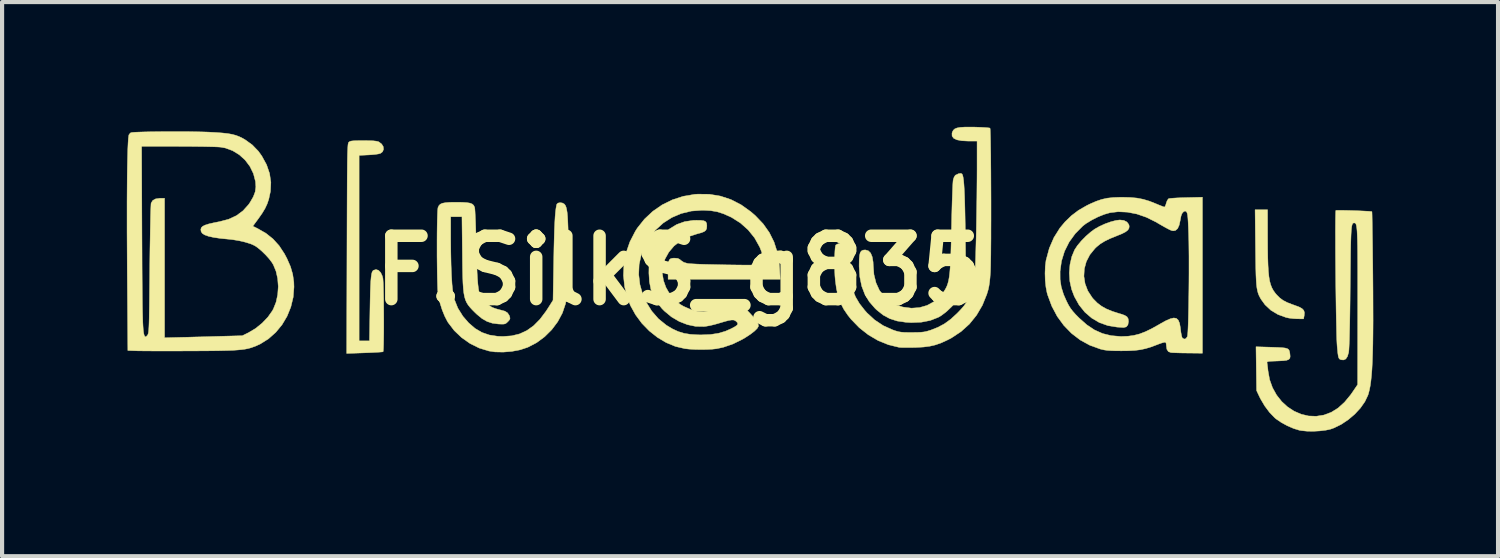
<source format=kicad_pcb>
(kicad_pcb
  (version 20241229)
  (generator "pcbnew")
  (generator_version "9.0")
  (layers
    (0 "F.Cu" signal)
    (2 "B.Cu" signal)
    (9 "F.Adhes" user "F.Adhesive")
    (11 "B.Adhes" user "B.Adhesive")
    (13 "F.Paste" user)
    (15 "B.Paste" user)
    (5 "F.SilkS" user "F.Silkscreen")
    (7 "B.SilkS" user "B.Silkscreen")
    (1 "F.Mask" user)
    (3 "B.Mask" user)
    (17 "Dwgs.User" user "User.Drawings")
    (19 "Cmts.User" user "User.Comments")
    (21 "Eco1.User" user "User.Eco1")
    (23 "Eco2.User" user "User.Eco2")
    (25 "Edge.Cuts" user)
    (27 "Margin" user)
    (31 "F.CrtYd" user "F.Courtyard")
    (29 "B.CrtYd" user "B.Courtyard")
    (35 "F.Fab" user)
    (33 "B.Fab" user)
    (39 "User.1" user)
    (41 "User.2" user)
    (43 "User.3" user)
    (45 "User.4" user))
  (footprint "F.SilkS_g835"
    (layer "F.Cu")
    (at 13.29 3.453)
    (property "Reference" "F.SilkS_g835" (at 0 0 0) (layer "F.SilkS") (effects (font (size 1.524 1.524) (thickness 0.3))))
    (attr through_hole)
    (fp_poly (pts (xy 14.14 -0.788) (xy 14.141 -0.533) (xy 14.144 -0.315) (xy 14.15 -0.132) (xy 14.159 0.022) (xy 14.172 0.15) (xy 14.19 0.256) (xy 14.214 0.344) (xy 14.244 0.419) (xy 14.28 0.485) (xy 14.324 0.546) (xy 14.361 0.589) (xy 14.433 0.661) (xy 14.512 0.719) (xy 14.607 0.769) (xy 14.73 0.817) (xy 14.784 0.836) (xy 14.895 0.877) (xy 14.968 0.917) (xy 15.01 0.961) (xy 15.026 1.015) (xy 15.02 1.084) (xy 15.02 1.086) (xy 15.005 1.164) (xy 14.853 1.163) (xy 14.755 1.157) (xy 14.653 1.145) (xy 14.584 1.13) (xy 14.389 1.059) (xy 14.219 0.957) (xy 14.078 0.825) (xy 13.981 0.691) (xy 13.954 0.642) (xy 13.93 0.594) (xy 13.911 0.544) (xy 13.896 0.487) (xy 13.883 0.419) (xy 13.873 0.336) (xy 13.866 0.233) (xy 13.86 0.106) (xy 13.856 -0.048) (xy 13.853 -0.235) (xy 13.85 -0.458) (xy 13.849 -0.556) (xy 13.839 -1.46) (xy 14.139 -1.46) (xy 14.14 -0.788)) (stroke (width 0.01) (type solid)) (fill yes) (layer "F.SilkS"))
    (fp_poly (pts (xy 10.683 -1.203) (xy 10.757 -1.165) (xy 10.802 -1.106) (xy 10.812 -1.066) (xy 10.807 -1.017) (xy 10.78 -0.972) (xy 10.726 -0.929) (xy 10.64 -0.884) (xy 10.517 -0.834) (xy 10.506 -0.829) (xy 10.347 -0.765) (xy 10.221 -0.703) (xy 10.117 -0.639) (xy 10.027 -0.566) (xy 9.988 -0.528) (xy 9.866 -0.378) (xy 9.781 -0.214) (xy 9.733 -0.039) (xy 9.723 0.14) (xy 9.751 0.318) (xy 9.816 0.49) (xy 9.92 0.65) (xy 9.95 0.686) (xy 10.044 0.781) (xy 10.145 0.858) (xy 10.262 0.924) (xy 10.402 0.982) (xy 10.575 1.037) (xy 10.608 1.046) (xy 10.701 1.078) (xy 10.758 1.113) (xy 10.787 1.161) (xy 10.795 1.227) (xy 10.795 1.228) (xy 10.781 1.308) (xy 10.741 1.357) (xy 10.677 1.372) (xy 10.672 1.372) (xy 10.614 1.368) (xy 10.541 1.363) (xy 10.52 1.362) (xy 10.299 1.326) (xy 10.094 1.253) (xy 9.909 1.144) (xy 9.745 1.002) (xy 9.606 0.829) (xy 9.493 0.626) (xy 9.428 0.456) (xy 9.385 0.263) (xy 9.372 0.06) (xy 9.388 -0.142) (xy 9.432 -0.333) (xy 9.499 -0.495) (xy 9.566 -0.597) (xy 9.66 -0.71) (xy 9.77 -0.822) (xy 9.887 -0.924) (xy 9.982 -0.994) (xy 10.098 -1.06) (xy 10.23 -1.12) (xy 10.366 -1.169) (xy 10.492 -1.202) (xy 10.587 -1.214) (xy 10.683 -1.203)) (stroke (width 0.01) (type solid)) (fill yes) (layer "F.SilkS"))
    (fp_poly (pts (xy -7.467 -3.121) (xy -7.366 -3.117) (xy -7.295 -3.109) (xy -7.247 -3.098) (xy -7.229 -3.09) (xy -7.163 -3.04) (xy -7.125 -2.978) (xy -7.118 -2.912) (xy -7.142 -2.854) (xy -7.191 -2.816) (xy -7.236 -2.803) (xy -7.312 -2.791) (xy -7.406 -2.782) (xy -7.477 -2.778) (xy -7.705 -2.767) (xy -7.705 1.693) (xy -7.456 1.693) (xy -7.444 0.937) (xy -7.44 0.712) (xy -7.436 0.526) (xy -7.43 0.374) (xy -7.424 0.255) (xy -7.416 0.162) (xy -7.406 0.094) (xy -7.395 0.047) (xy -7.38 0.016) (xy -7.364 -0.002) (xy -7.362 -0.003) (xy -7.299 -0.022) (xy -7.239 -0.003) (xy -7.187 0.05) (xy -7.148 0.132) (xy -7.133 0.189) (xy -7.129 0.235) (xy -7.124 0.314) (xy -7.121 0.421) (xy -7.118 0.552) (xy -7.115 0.7) (xy -7.114 0.86) (xy -7.113 1.027) (xy -7.112 1.195) (xy -7.112 1.359) (xy -7.113 1.514) (xy -7.115 1.654) (xy -7.117 1.773) (xy -7.12 1.867) (xy -7.124 1.929) (xy -7.129 1.955) (xy -7.129 1.955) (xy -7.155 1.959) (xy -7.216 1.964) (xy -7.306 1.969) (xy -7.419 1.975) (xy -7.547 1.98) (xy -7.575 1.981) (xy -8.004 1.996) (xy -7.997 -0.525) (xy -7.996 -0.905) (xy -7.995 -1.245) (xy -7.994 -1.548) (xy -7.993 -1.814) (xy -7.992 -2.048) (xy -7.991 -2.25) (xy -7.989 -2.424) (xy -7.988 -2.571) (xy -7.986 -2.694) (xy -7.984 -2.795) (xy -7.981 -2.877) (xy -7.978 -2.941) (xy -7.975 -2.989) (xy -7.972 -3.025) (xy -7.967 -3.05) (xy -7.963 -3.067) (xy -7.958 -3.078) (xy -7.953 -3.084) (xy -7.933 -3.099) (xy -7.903 -3.11) (xy -7.858 -3.116) (xy -7.788 -3.12) (xy -7.688 -3.122) (xy -7.603 -3.122) (xy -7.467 -3.121)) (stroke (width 0.01) (type solid)) (fill yes) (layer "F.SilkS"))
    (fp_poly (pts (xy 6.792 -2.32) (xy 6.806 -2.293) (xy 6.818 -2.244) (xy 6.829 -2.171) (xy 6.838 -2.072) (xy 6.846 -1.944) (xy 6.853 -1.785) (xy 6.859 -1.594) (xy 6.864 -1.367) (xy 6.869 -1.103) (xy 6.873 -0.799) (xy 6.873 -0.769) (xy 6.886 0.398) (xy 6.765 0.59) (xy 6.663 0.732) (xy 6.546 0.868) (xy 6.421 0.987) (xy 6.297 1.082) (xy 6.221 1.127) (xy 6.028 1.202) (xy 5.813 1.244) (xy 5.572 1.254) (xy 5.44 1.246) (xy 5.234 1.216) (xy 5.056 1.159) (xy 4.895 1.072) (xy 4.742 0.95) (xy 4.7 0.91) (xy 4.561 0.75) (xy 4.455 0.573) (xy 4.38 0.377) (xy 4.335 0.156) (xy 4.318 -0.093) (xy 4.318 -0.128) (xy 4.32 -0.262) (xy 4.328 -0.36) (xy 4.344 -0.427) (xy 4.371 -0.467) (xy 4.41 -0.488) (xy 4.464 -0.494) (xy 4.466 -0.494) (xy 4.538 -0.474) (xy 4.595 -0.418) (xy 4.633 -0.326) (xy 4.654 -0.202) (xy 4.657 -0.127) (xy 4.674 0.097) (xy 4.724 0.298) (xy 4.804 0.474) (xy 4.914 0.623) (xy 5.051 0.743) (xy 5.215 0.832) (xy 5.37 0.88) (xy 5.576 0.907) (xy 5.77 0.893) (xy 5.951 0.841) (xy 6.116 0.751) (xy 6.262 0.624) (xy 6.338 0.532) (xy 6.373 0.481) (xy 6.403 0.43) (xy 6.429 0.376) (xy 6.451 0.314) (xy 6.47 0.241) (xy 6.485 0.154) (xy 6.498 0.048) (xy 6.508 -0.079) (xy 6.516 -0.231) (xy 6.524 -0.412) (xy 6.53 -0.626) (xy 6.536 -0.875) (xy 6.541 -1.097) (xy 6.545 -1.301) (xy 6.55 -1.495) (xy 6.555 -1.674) (xy 6.561 -1.833) (xy 6.566 -1.968) (xy 6.571 -2.074) (xy 6.576 -2.146) (xy 6.58 -2.178) (xy 6.601 -2.242) (xy 6.629 -2.287) (xy 6.639 -2.294) (xy 6.71 -2.327) (xy 6.765 -2.334) (xy 6.792 -2.32)) (stroke (width 0.01) (type solid)) (fill yes) (layer "F.SilkS"))
    (fp_poly (pts (xy 7.094 -3.447) (xy 7.213 -3.443) (xy 7.317 -3.438) (xy 7.398 -3.432) (xy 7.45 -3.426) (xy 7.465 -3.421) (xy 7.469 -3.397) (xy 7.472 -3.335) (xy 7.475 -3.237) (xy 7.478 -3.109) (xy 7.48 -2.954) (xy 7.483 -2.776) (xy 7.484 -2.579) (xy 7.486 -2.366) (xy 7.487 -2.141) (xy 7.488 -1.909) (xy 7.489 -1.673) (xy 7.489 -1.437) (xy 7.489 -1.205) (xy 7.488 -0.98) (xy 7.488 -0.767) (xy 7.486 -0.57) (xy 7.485 -0.391) (xy 7.482 -0.236) (xy 7.48 -0.107) (xy 7.477 -0.009) (xy 7.475 0.039) (xy 7.465 0.18) (xy 7.453 0.291) (xy 7.439 0.383) (xy 7.42 0.468) (xy 7.393 0.557) (xy 7.389 0.572) (xy 7.282 0.836) (xy 7.142 1.075) (xy 6.971 1.287) (xy 6.768 1.47) (xy 6.537 1.623) (xy 6.445 1.671) (xy 6.297 1.739) (xy 6.159 1.788) (xy 6.02 1.821) (xy 5.867 1.841) (xy 5.687 1.851) (xy 5.652 1.852) (xy 5.536 1.854) (xy 5.431 1.854) (xy 5.346 1.853) (xy 5.291 1.85) (xy 5.281 1.849) (xy 5.024 1.787) (xy 4.775 1.686) (xy 4.54 1.548) (xy 4.322 1.377) (xy 4.126 1.175) (xy 4.049 1.079) (xy 3.948 0.931) (xy 3.871 0.781) (xy 3.814 0.619) (xy 3.772 0.437) (xy 3.745 0.234) (xy 3.736 0.129) (xy 3.731 0.009) (xy 3.728 -0.118) (xy 3.728 -0.246) (xy 3.731 -0.365) (xy 3.736 -0.47) (xy 3.743 -0.551) (xy 3.753 -0.602) (xy 3.759 -0.614) (xy 3.813 -0.642) (xy 3.883 -0.65) (xy 3.95 -0.636) (xy 3.974 -0.621) (xy 3.988 -0.61) (xy 3.999 -0.597) (xy 4.008 -0.579) (xy 4.017 -0.55) (xy 4.025 -0.507) (xy 4.034 -0.443) (xy 4.044 -0.356) (xy 4.056 -0.24) (xy 4.071 -0.089) (xy 4.087 0.064) (xy 4.117 0.282) (xy 4.164 0.47) (xy 4.233 0.639) (xy 4.327 0.798) (xy 4.452 0.958) (xy 4.508 1.021) (xy 4.69 1.189) (xy 4.898 1.327) (xy 5.12 1.427) (xy 5.198 1.454) (xy 5.262 1.472) (xy 5.325 1.483) (xy 5.398 1.489) (xy 5.493 1.491) (xy 5.588 1.491) (xy 5.711 1.49) (xy 5.804 1.486) (xy 5.878 1.478) (xy 5.945 1.464) (xy 6.017 1.442) (xy 6.043 1.434) (xy 6.217 1.365) (xy 6.372 1.281) (xy 6.52 1.173) (xy 6.672 1.034) (xy 6.679 1.027) (xy 6.769 0.933) (xy 6.837 0.855) (xy 6.891 0.778) (xy 6.941 0.691) (xy 6.97 0.635) (xy 7.028 0.508) (xy 7.066 0.4) (xy 7.089 0.295) (xy 7.092 0.275) (xy 7.097 0.216) (xy 7.103 0.119) (xy 7.109 -0.012) (xy 7.115 -0.172) (xy 7.121 -0.357) (xy 7.126 -0.563) (xy 7.132 -0.785) (xy 7.137 -1.019) (xy 7.141 -1.261) (xy 7.145 -1.506) (xy 7.149 -1.75) (xy 7.151 -1.989) (xy 7.153 -2.219) (xy 7.154 -2.434) (xy 7.154 -2.461) (xy 7.154 -3.111) (xy 6.942 -3.111) (xy 6.786 -3.119) (xy 6.67 -3.141) (xy 6.592 -3.178) (xy 6.553 -3.231) (xy 6.551 -3.299) (xy 6.56 -3.33) (xy 6.583 -3.372) (xy 6.618 -3.404) (xy 6.671 -3.426) (xy 6.747 -3.44) (xy 6.852 -3.447) (xy 6.99 -3.448) (xy 7.094 -3.447)) (stroke (width 0.01) (type solid)) (fill yes) (layer "F.SilkS"))
    (fp_poly (pts (xy -5.221 -1.638) (xy -5.113 -1.631) (xy -5.036 -1.618) (xy -4.983 -1.596) (xy -4.949 -1.564) (xy -4.929 -1.52) (xy -4.927 -1.513) (xy -4.922 -1.479) (xy -4.917 -1.406) (xy -4.912 -1.302) (xy -4.906 -1.17) (xy -4.901 -1.016) (xy -4.895 -0.845) (xy -4.891 -0.661) (xy -4.89 -0.624) (xy -4.883 -0.363) (xy -4.876 -0.141) (xy -4.868 0.047) (xy -4.859 0.202) (xy -4.849 0.328) (xy -4.837 0.43) (xy -4.823 0.511) (xy -4.806 0.573) (xy -4.794 0.607) (xy -4.751 0.678) (xy -4.681 0.755) (xy -4.599 0.827) (xy -4.515 0.882) (xy -4.494 0.892) (xy -4.418 0.92) (xy -4.33 0.945) (xy -4.295 0.953) (xy -4.2 0.979) (xy -4.137 1.019) (xy -4.096 1.08) (xy -4.087 1.105) (xy -4.076 1.149) (xy -4.086 1.183) (xy -4.122 1.225) (xy -4.129 1.232) (xy -4.163 1.264) (xy -4.194 1.283) (xy -4.234 1.29) (xy -4.295 1.29) (xy -4.359 1.287) (xy -4.502 1.268) (xy -4.629 1.226) (xy -4.749 1.157) (xy -4.873 1.055) (xy -4.923 1.007) (xy -4.986 0.944) (xy -5.039 0.886) (xy -5.083 0.831) (xy -5.119 0.773) (xy -5.148 0.708) (xy -5.17 0.633) (xy -5.187 0.543) (xy -5.199 0.433) (xy -5.208 0.301) (xy -5.214 0.14) (xy -5.218 -0.052) (xy -5.221 -0.281) (xy -5.222 -0.407) (xy -5.232 -1.291) (xy -5.503 -1.291) (xy -5.503 -0.767) (xy -5.5 -0.433) (xy -5.494 -0.139) (xy -5.484 0.114) (xy -5.471 0.327) (xy -5.454 0.498) (xy -5.433 0.627) (xy -5.418 0.688) (xy -5.331 0.906) (xy -5.209 1.102) (xy -5.071 1.261) (xy -4.917 1.394) (xy -4.754 1.49) (xy -4.575 1.552) (xy -4.374 1.583) (xy -4.245 1.587) (xy -4.035 1.572) (xy -3.845 1.525) (xy -3.67 1.444) (xy -3.508 1.328) (xy -3.356 1.174) (xy -3.21 0.98) (xy -3.167 0.914) (xy -3.042 0.716) (xy -3.025 -0.261) (xy -3.02 -0.541) (xy -3.014 -0.781) (xy -3.008 -0.986) (xy -3 -1.156) (xy -2.992 -1.296) (xy -2.982 -1.409) (xy -2.971 -1.497) (xy -2.959 -1.563) (xy -2.951 -1.593) (xy -2.923 -1.62) (xy -2.873 -1.63) (xy -2.817 -1.622) (xy -2.77 -1.596) (xy -2.767 -1.592) (xy -2.746 -1.564) (xy -2.729 -1.524) (xy -2.715 -1.47) (xy -2.703 -1.397) (xy -2.694 -1.302) (xy -2.687 -1.179) (xy -2.681 -1.026) (xy -2.677 -0.837) (xy -2.674 -0.677) (xy -2.67 -0.34) (xy -2.673 -0.04) (xy -2.681 0.224) (xy -2.694 0.45) (xy -2.713 0.636) (xy -2.738 0.781) (xy -2.743 0.804) (xy -2.817 1.023) (xy -2.929 1.232) (xy -3.073 1.424) (xy -3.244 1.594) (xy -3.439 1.738) (xy -3.653 1.849) (xy -3.655 1.849) (xy -3.832 1.908) (xy -4.031 1.946) (xy -4.238 1.963) (xy -4.438 1.959) (xy -4.585 1.937) (xy -4.817 1.866) (xy -5.037 1.757) (xy -5.239 1.615) (xy -5.418 1.445) (xy -5.566 1.251) (xy -5.585 1.219) (xy -5.648 1.096) (xy -5.709 0.945) (xy -5.76 0.783) (xy -5.799 0.623) (xy -5.804 0.593) (xy -5.81 0.536) (xy -5.816 0.444) (xy -5.82 0.323) (xy -5.824 0.178) (xy -5.827 0.014) (xy -5.829 -0.164) (xy -5.831 -0.349) (xy -5.831 -0.538) (xy -5.831 -0.724) (xy -5.83 -0.902) (xy -5.828 -1.068) (xy -5.825 -1.215) (xy -5.821 -1.339) (xy -5.817 -1.435) (xy -5.811 -1.496) (xy -5.808 -1.513) (xy -5.786 -1.559) (xy -5.753 -1.593) (xy -5.702 -1.616) (xy -5.627 -1.63) (xy -5.522 -1.638) (xy -5.382 -1.64) (xy -5.366 -1.64) (xy -5.221 -1.638)) (stroke (width 0.01) (type solid)) (fill yes) (layer "F.SilkS"))
    (fp_poly (pts (xy 15.953 -1.445) (xy 16.058 -1.443) (xy 16.173 -1.44) (xy 16.291 -1.436) (xy 16.403 -1.431) (xy 16.503 -1.426) (xy 16.583 -1.422) (xy 16.633 -1.417) (xy 16.648 -1.414) (xy 16.65 -1.392) (xy 16.652 -1.331) (xy 16.654 -1.235) (xy 16.656 -1.106) (xy 16.658 -0.948) (xy 16.661 -0.765) (xy 16.664 -0.56) (xy 16.666 -0.336) (xy 16.669 -0.097) (xy 16.671 0.107) (xy 16.674 0.514) (xy 16.675 0.882) (xy 16.676 1.212) (xy 16.674 1.506) (xy 16.671 1.768) (xy 16.665 1.999) (xy 16.658 2.201) (xy 16.649 2.378) (xy 16.637 2.531) (xy 16.623 2.663) (xy 16.607 2.776) (xy 16.588 2.872) (xy 16.567 2.954) (xy 16.553 2.999) (xy 16.479 3.155) (xy 16.37 3.31) (xy 16.234 3.457) (xy 16.077 3.59) (xy 15.907 3.703) (xy 15.732 3.788) (xy 15.663 3.813) (xy 15.545 3.84) (xy 15.4 3.858) (xy 15.243 3.867) (xy 15.089 3.865) (xy 14.952 3.851) (xy 14.901 3.842) (xy 14.763 3.799) (xy 14.613 3.734) (xy 14.468 3.655) (xy 14.344 3.57) (xy 14.314 3.545) (xy 14.188 3.415) (xy 14.07 3.257) (xy 13.967 3.082) (xy 13.944 3.035) (xy 13.875 2.889) (xy 13.861 1.835) (xy 14.235 1.846) (xy 14.378 1.851) (xy 14.485 1.857) (xy 14.56 1.865) (xy 14.611 1.879) (xy 14.643 1.899) (xy 14.661 1.929) (xy 14.671 1.969) (xy 14.676 2.002) (xy 14.682 2.065) (xy 14.675 2.11) (xy 14.648 2.14) (xy 14.598 2.16) (xy 14.517 2.17) (xy 14.4 2.176) (xy 14.374 2.177) (xy 14.267 2.181) (xy 14.195 2.184) (xy 14.152 2.19) (xy 14.131 2.199) (xy 14.125 2.213) (xy 14.128 2.23) (xy 14.134 2.275) (xy 14.143 2.345) (xy 14.15 2.413) (xy 14.188 2.625) (xy 14.258 2.82) (xy 14.356 2.996) (xy 14.477 3.15) (xy 14.619 3.28) (xy 14.776 3.383) (xy 14.947 3.457) (xy 15.125 3.499) (xy 15.309 3.506) (xy 15.493 3.477) (xy 15.672 3.41) (xy 15.834 3.309) (xy 15.989 3.169) (xy 16.137 2.99) (xy 16.172 2.94) (xy 16.305 2.745) (xy 16.307 0.891) (xy 16.307 0.552) (xy 16.307 0.252) (xy 16.307 -0.01) (xy 16.306 -0.237) (xy 16.305 -0.432) (xy 16.303 -0.597) (xy 16.3 -0.734) (xy 16.296 -0.846) (xy 16.292 -0.936) (xy 16.286 -1.006) (xy 16.279 -1.058) (xy 16.271 -1.095) (xy 16.262 -1.12) (xy 16.251 -1.134) (xy 16.238 -1.141) (xy 16.224 -1.143) (xy 16.208 -1.142) (xy 16.195 -1.136) (xy 16.183 -1.123) (xy 16.173 -1.101) (xy 16.164 -1.065) (xy 16.157 -1.014) (xy 16.151 -0.943) (xy 16.146 -0.852) (xy 16.142 -0.736) (xy 16.138 -0.593) (xy 16.135 -0.42) (xy 16.133 -0.214) (xy 16.13 0.028) (xy 16.127 0.308) (xy 16.126 0.402) (xy 16.123 0.733) (xy 16.119 1.027) (xy 16.115 1.283) (xy 16.11 1.499) (xy 16.106 1.677) (xy 16.1 1.814) (xy 16.095 1.91) (xy 16.089 1.964) (xy 16.089 1.968) (xy 16.06 2.068) (xy 16.02 2.128) (xy 15.967 2.152) (xy 15.921 2.149) (xy 15.889 2.141) (xy 15.866 2.127) (xy 15.85 2.101) (xy 15.838 2.056) (xy 15.828 1.986) (xy 15.818 1.883) (xy 15.812 1.82) (xy 15.808 1.755) (xy 15.803 1.655) (xy 15.799 1.525) (xy 15.796 1.37) (xy 15.792 1.192) (xy 15.788 0.996) (xy 15.785 0.786) (xy 15.782 0.566) (xy 15.779 0.339) (xy 15.777 0.11) (xy 15.775 -0.117) (xy 15.773 -0.339) (xy 15.772 -0.551) (xy 15.772 -0.75) (xy 15.771 -0.932) (xy 15.772 -1.092) (xy 15.773 -1.227) (xy 15.775 -1.332) (xy 15.777 -1.405) (xy 15.78 -1.44) (xy 15.782 -1.443) (xy 15.807 -1.446) (xy 15.867 -1.446) (xy 15.953 -1.445)) (stroke (width 0.01) (type solid)) (fill yes) (layer "F.SilkS"))
    (fp_poly (pts (xy 12.573 1.99) (xy 12.229 1.986) (xy 12.107 1.985) (xy 11.995 1.982) (xy 11.902 1.979) (xy 11.837 1.976) (xy 11.815 1.974) (xy 11.754 1.951) (xy 11.718 1.896) (xy 11.705 1.807) (xy 11.705 1.799) (xy 11.699 1.751) (xy 11.684 1.725) (xy 11.657 1.727) (xy 11.6 1.742) (xy 11.523 1.769) (xy 11.477 1.787) (xy 11.335 1.84) (xy 11.206 1.879) (xy 11.08 1.906) (xy 10.944 1.923) (xy 10.788 1.931) (xy 10.626 1.933) (xy 10.482 1.932) (xy 10.372 1.928) (xy 10.284 1.922) (xy 10.209 1.911) (xy 10.138 1.895) (xy 10.115 1.889) (xy 9.866 1.799) (xy 9.635 1.673) (xy 9.426 1.513) (xy 9.241 1.323) (xy 9.081 1.104) (xy 8.951 0.859) (xy 8.852 0.592) (xy 8.836 0.537) (xy 8.81 0.401) (xy 8.793 0.239) (xy 8.788 0.067) (xy 8.79 0.021) (xy 9.15 0.021) (xy 9.151 0.217) (xy 9.178 0.398) (xy 9.234 0.578) (xy 9.306 0.741) (xy 9.353 0.833) (xy 9.4 0.909) (xy 9.453 0.979) (xy 9.521 1.056) (xy 9.608 1.144) (xy 9.792 1.307) (xy 9.978 1.431) (xy 10.172 1.517) (xy 10.379 1.568) (xy 10.605 1.587) (xy 10.634 1.587) (xy 10.785 1.581) (xy 10.923 1.562) (xy 11.058 1.528) (xy 11.199 1.474) (xy 11.354 1.399) (xy 11.531 1.3) (xy 11.552 1.287) (xy 11.691 1.21) (xy 11.8 1.162) (xy 11.885 1.142) (xy 11.947 1.153) (xy 11.992 1.195) (xy 12.023 1.268) (xy 12.042 1.374) (xy 12.046 1.41) (xy 12.057 1.497) (xy 12.071 1.569) (xy 12.084 1.614) (xy 12.089 1.622) (xy 12.132 1.65) (xy 12.174 1.64) (xy 12.208 1.593) (xy 12.211 1.585) (xy 12.217 1.546) (xy 12.223 1.471) (xy 12.228 1.362) (xy 12.233 1.225) (xy 12.237 1.064) (xy 12.241 0.883) (xy 12.244 0.688) (xy 12.247 0.483) (xy 12.249 0.273) (xy 12.25 0.061) (xy 12.25 -0.146) (xy 12.25 -0.345) (xy 12.248 -0.53) (xy 12.246 -0.699) (xy 12.242 -0.844) (xy 12.241 -0.883) (xy 12.235 -1.046) (xy 12.229 -1.171) (xy 12.223 -1.264) (xy 12.216 -1.329) (xy 12.207 -1.372) (xy 12.197 -1.398) (xy 12.19 -1.408) (xy 12.162 -1.429) (xy 12.136 -1.423) (xy 12.11 -1.403) (xy 12.081 -1.368) (xy 12.059 -1.311) (xy 12.042 -1.223) (xy 12.04 -1.211) (xy 12.014 -1.09) (xy 11.976 -1.007) (xy 11.926 -0.963) (xy 11.878 -0.953) (xy 11.854 -0.955) (xy 11.827 -0.962) (xy 11.79 -0.977) (xy 11.739 -1.003) (xy 11.667 -1.042) (xy 11.57 -1.097) (xy 11.446 -1.169) (xy 11.224 -1.279) (xy 10.995 -1.358) (xy 10.767 -1.402) (xy 10.545 -1.412) (xy 10.351 -1.389) (xy 10.213 -1.349) (xy 10.061 -1.288) (xy 9.911 -1.212) (xy 9.776 -1.13) (xy 9.697 -1.07) (xy 9.516 -0.888) (xy 9.368 -0.684) (xy 9.257 -0.462) (xy 9.184 -0.225) (xy 9.15 0.021) (xy 8.79 0.021) (xy 8.794 -0.099) (xy 8.812 -0.243) (xy 8.815 -0.254) (xy 8.891 -0.535) (xy 9.002 -0.791) (xy 9.147 -1.022) (xy 9.269 -1.168) (xy 9.424 -1.318) (xy 9.593 -1.446) (xy 9.789 -1.559) (xy 9.868 -1.598) (xy 10.015 -1.662) (xy 10.149 -1.708) (xy 10.284 -1.738) (xy 10.432 -1.754) (xy 10.606 -1.76) (xy 10.647 -1.76) (xy 10.838 -1.755) (xy 11.001 -1.74) (xy 11.149 -1.711) (xy 11.295 -1.667) (xy 11.44 -1.61) (xy 11.526 -1.574) (xy 11.597 -1.546) (xy 11.645 -1.528) (xy 11.66 -1.524) (xy 11.676 -1.543) (xy 11.695 -1.589) (xy 11.702 -1.617) (xy 11.724 -1.677) (xy 11.752 -1.719) (xy 11.763 -1.727) (xy 11.796 -1.732) (xy 11.863 -1.738) (xy 11.957 -1.744) (xy 12.072 -1.749) (xy 12.187 -1.752) (xy 12.573 -1.761) (xy 12.573 1.99)) (stroke (width 0.01) (type solid)) (fill yes) (layer "F.SilkS"))
    (fp_poly (pts (xy 0.717 -1.832) (xy 0.983 -1.788) (xy 1.237 -1.704) (xy 1.48 -1.579) (xy 1.712 -1.413) (xy 1.822 -1.318) (xy 2.01 -1.121) (xy 2.159 -0.91) (xy 2.272 -0.683) (xy 2.351 -0.435) (xy 2.396 -0.163) (xy 2.406 -0.037) (xy 2.42 0.212) (xy -0.275 0.212) (xy -0.275 -0.009) (xy -0.273 -0.125) (xy -0.265 -0.205) (xy -0.246 -0.255) (xy -0.214 -0.283) (xy -0.164 -0.295) (xy -0.114 -0.296) (xy -0.043 -0.29) (xy 0.007 -0.265) (xy 0.031 -0.242) (xy 0.104 -0.194) (xy 0.194 -0.168) (xy 0.239 -0.163) (xy 0.322 -0.158) (xy 0.437 -0.152) (xy 0.578 -0.147) (xy 0.741 -0.143) (xy 0.921 -0.139) (xy 1.111 -0.135) (xy 1.18 -0.134) (xy 1.404 -0.131) (xy 1.589 -0.129) (xy 1.738 -0.129) (xy 1.854 -0.129) (xy 1.94 -0.131) (xy 2 -0.134) (xy 2.036 -0.139) (xy 2.052 -0.145) (xy 2.053 -0.148) (xy 2.046 -0.201) (xy 2.026 -0.28) (xy 1.997 -0.374) (xy 1.964 -0.471) (xy 1.93 -0.557) (xy 1.925 -0.567) (xy 1.804 -0.784) (xy 1.649 -0.976) (xy 1.464 -1.141) (xy 1.252 -1.275) (xy 1.217 -1.292) (xy 1.054 -1.364) (xy 0.904 -1.412) (xy 0.748 -1.438) (xy 0.571 -1.448) (xy 0.54 -1.448) (xy 0.282 -1.428) (xy 0.039 -1.369) (xy -0.186 -1.273) (xy -0.391 -1.142) (xy -0.573 -0.977) (xy -0.728 -0.78) (xy -0.832 -0.603) (xy -0.921 -0.377) (xy -0.972 -0.142) (xy -0.982 0.098) (xy -0.953 0.34) (xy -0.885 0.578) (xy -0.805 0.757) (xy -0.669 0.977) (xy -0.507 1.163) (xy -0.316 1.318) (xy -0.167 1.407) (xy -0.032 1.469) (xy 0.108 1.512) (xy 0.262 1.537) (xy 0.441 1.548) (xy 0.529 1.549) (xy 0.746 1.54) (xy 0.934 1.511) (xy 1.105 1.461) (xy 1.243 1.4) (xy 1.329 1.354) (xy 1.381 1.318) (xy 1.4 1.288) (xy 1.392 1.257) (xy 1.366 1.228) (xy 1.335 1.205) (xy 1.3 1.192) (xy 1.252 1.191) (xy 1.186 1.201) (xy 1.095 1.225) (xy 0.972 1.261) (xy 0.94 1.271) (xy 0.833 1.301) (xy 0.722 1.327) (xy 0.625 1.344) (xy 0.589 1.348) (xy 0.39 1.345) (xy 0.189 1.303) (xy -0.008 1.226) (xy -0.195 1.116) (xy -0.365 0.975) (xy -0.423 0.916) (xy -0.54 0.771) (xy -0.627 0.621) (xy -0.688 0.457) (xy -0.724 0.274) (xy -0.737 0.064) (xy -0.735 -0.074) (xy -0.729 -0.207) (xy -0.719 -0.309) (xy -0.701 -0.393) (xy -0.672 -0.469) (xy -0.627 -0.55) (xy -0.563 -0.646) (xy -0.547 -0.669) (xy -0.4 -0.854) (xy -0.241 -0.999) (xy -0.068 -1.105) (xy 0.121 -1.173) (xy 0.327 -1.204) (xy 0.408 -1.206) (xy 0.515 -1.204) (xy 0.586 -1.194) (xy 0.629 -1.172) (xy 0.65 -1.135) (xy 0.656 -1.078) (xy 0.656 -1.069) (xy 0.651 -1.01) (xy 0.632 -0.967) (xy 0.591 -0.934) (xy 0.523 -0.907) (xy 0.419 -0.879) (xy 0.413 -0.877) (xy 0.206 -0.809) (xy 0.023 -0.711) (xy -0.133 -0.588) (xy -0.258 -0.441) (xy -0.35 -0.275) (xy -0.405 -0.092) (xy -0.414 0.073) (xy -0.387 0.241) (xy -0.328 0.407) (xy -0.239 0.563) (xy -0.124 0.7) (xy 0.011 0.813) (xy 0.096 0.863) (xy 0.272 0.94) (xy 0.431 0.984) (xy 0.581 0.993) (xy 0.73 0.967) (xy 0.887 0.906) (xy 1.038 0.824) (xy 1.144 0.76) (xy 1.225 0.72) (xy 1.289 0.705) (xy 1.346 0.715) (xy 1.407 0.752) (xy 1.48 0.816) (xy 1.547 0.881) (xy 1.678 1.013) (xy 1.777 1.122) (xy 1.846 1.21) (xy 1.886 1.278) (xy 1.898 1.329) (xy 1.896 1.344) (xy 1.867 1.394) (xy 1.802 1.458) (xy 1.705 1.533) (xy 1.58 1.615) (xy 1.506 1.658) (xy 1.285 1.767) (xy 1.053 1.847) (xy 0.889 1.882) (xy 0.787 1.893) (xy 0.657 1.9) (xy 0.511 1.902) (xy 0.364 1.899) (xy 0.229 1.891) (xy 0.129 1.88) (xy -0.099 1.827) (xy -0.321 1.735) (xy -0.533 1.609) (xy -0.729 1.453) (xy -0.906 1.271) (xy -1.058 1.066) (xy -1.181 0.843) (xy -1.251 0.666) (xy -1.32 0.396) (xy -1.349 0.121) (xy -1.337 -0.155) (xy -1.285 -0.426) (xy -1.194 -0.689) (xy -1.065 -0.94) (xy -1.015 -1.019) (xy -0.843 -1.235) (xy -0.643 -1.422) (xy -0.419 -1.577) (xy -0.174 -1.698) (xy 0.088 -1.783) (xy 0.363 -1.83) (xy 0.439 -1.835) (xy 0.717 -1.832)) (stroke (width 0.01) (type solid)) (fill yes) (layer "F.SilkS"))
    (fp_poly (pts (xy -11.985 -3.339) (xy -11.808 -3.338) (xy -11.641 -3.335) (xy -11.49 -3.332) (xy -11.361 -3.328) (xy -11.335 -3.327) (xy -11.144 -3.317) (xy -10.988 -3.305) (xy -10.861 -3.291) (xy -10.756 -3.272) (xy -10.667 -3.248) (xy -10.586 -3.217) (xy -10.506 -3.178) (xy -10.446 -3.143) (xy -10.274 -3.019) (xy -10.128 -2.868) (xy -10.045 -2.752) (xy -9.93 -2.542) (xy -9.858 -2.332) (xy -9.827 -2.119) (xy -9.837 -1.902) (xy -9.877 -1.715) (xy -9.916 -1.6) (xy -9.968 -1.489) (xy -10.04 -1.37) (xy -10.135 -1.235) (xy -10.261 -1.065) (xy -10.142 -1.006) (xy -9.945 -0.893) (xy -9.776 -0.758) (xy -9.629 -0.596) (xy -9.5 -0.4) (xy -9.44 -0.286) (xy -9.355 -0.092) (xy -9.302 0.091) (xy -9.275 0.279) (xy -9.271 0.398) (xy -9.29 0.643) (xy -9.347 0.879) (xy -9.437 1.101) (xy -9.559 1.306) (xy -9.709 1.488) (xy -9.885 1.644) (xy -10.083 1.768) (xy -10.19 1.817) (xy -10.252 1.84) (xy -10.312 1.861) (xy -10.376 1.878) (xy -10.446 1.892) (xy -10.527 1.903) (xy -10.623 1.912) (xy -10.737 1.92) (xy -10.874 1.925) (xy -11.038 1.929) (xy -11.232 1.932) (xy -11.46 1.934) (xy -11.726 1.935) (xy -11.944 1.936) (xy -12.157 1.937) (xy -12.359 1.937) (xy -12.546 1.937) (xy -12.711 1.936) (xy -12.85 1.935) (xy -12.957 1.934) (xy -13.028 1.933) (xy -13.031 1.933) (xy -13.266 1.925) (xy -13.281 -0.091) (xy -13.283 -0.523) (xy -13.285 -0.929) (xy -13.285 -1.307) (xy -13.285 -1.657) (xy -13.283 -1.976) (xy -13.281 -2.264) (xy -13.277 -2.518) (xy -13.272 -2.738) (xy -13.267 -2.922) (xy -13.264 -2.985) (xy -12.935 -2.985) (xy -12.927 -0.81) (xy -12.925 -0.443) (xy -12.924 -0.116) (xy -12.922 0.173) (xy -12.92 0.427) (xy -12.918 0.648) (xy -12.916 0.838) (xy -12.913 1) (xy -12.909 1.137) (xy -12.906 1.25) (xy -12.901 1.343) (xy -12.896 1.416) (xy -12.89 1.473) (xy -12.883 1.517) (xy -12.875 1.549) (xy -12.866 1.571) (xy -12.856 1.587) (xy -12.85 1.594) (xy -12.827 1.592) (xy -12.795 1.558) (xy -12.792 1.554) (xy -12.784 1.54) (xy -12.778 1.523) (xy -12.772 1.498) (xy -12.767 1.463) (xy -12.763 1.415) (xy -12.759 1.35) (xy -12.756 1.267) (xy -12.753 1.161) (xy -12.751 1.03) (xy -12.748 0.871) (xy -12.746 0.681) (xy -12.744 0.457) (xy -12.741 0.196) (xy -12.739 -0.031) (xy -12.737 -0.283) (xy -12.734 -0.523) (xy -12.73 -0.749) (xy -12.727 -0.957) (xy -12.723 -1.142) (xy -12.72 -1.303) (xy -12.716 -1.434) (xy -12.712 -1.534) (xy -12.709 -1.597) (xy -12.706 -1.619) (xy -12.668 -1.682) (xy -12.601 -1.72) (xy -12.5 -1.735) (xy -12.483 -1.735) (xy -12.383 -1.736) (xy -12.383 -0.058) (xy -12.383 1.619) (xy -12.155 1.613) (xy -12.077 1.611) (xy -11.964 1.608) (xy -11.823 1.605) (xy -11.662 1.6) (xy -11.487 1.596) (xy -11.306 1.591) (xy -11.22 1.588) (xy -10.513 1.569) (xy -10.363 1.495) (xy -10.195 1.395) (xy -10.037 1.267) (xy -9.899 1.123) (xy -9.791 0.97) (xy -9.767 0.926) (xy -9.701 0.761) (xy -9.662 0.577) (xy -9.649 0.387) (xy -9.663 0.197) (xy -9.703 0.019) (xy -9.768 -0.138) (xy -9.8 -0.191) (xy -9.869 -0.282) (xy -9.957 -0.379) (xy -10.053 -0.472) (xy -10.146 -0.55) (xy -10.222 -0.6) (xy -10.318 -0.642) (xy -10.445 -0.681) (xy -10.589 -0.715) (xy -10.74 -0.74) (xy -10.837 -0.751) (xy -11.041 -0.771) (xy -11.204 -0.795) (xy -11.33 -0.823) (xy -11.421 -0.856) (xy -11.478 -0.894) (xy -11.505 -0.938) (xy -11.505 -0.938) (xy -11.511 -0.987) (xy -11.5 -1.027) (xy -11.468 -1.06) (xy -11.41 -1.09) (xy -11.322 -1.118) (xy -11.2 -1.146) (xy -11.06 -1.174) (xy -10.843 -1.231) (xy -10.655 -1.318) (xy -10.496 -1.436) (xy -10.362 -1.585) (xy -10.326 -1.638) (xy -10.249 -1.771) (xy -10.204 -1.89) (xy -10.188 -2.008) (xy -10.196 -2.135) (xy -10.197 -2.14) (xy -10.246 -2.328) (xy -10.33 -2.501) (xy -10.445 -2.654) (xy -10.585 -2.781) (xy -10.746 -2.88) (xy -10.923 -2.945) (xy -11.034 -2.965) (xy -11.089 -2.969) (xy -11.18 -2.973) (xy -11.303 -2.976) (xy -11.452 -2.979) (xy -11.621 -2.981) (xy -11.804 -2.983) (xy -11.998 -2.983) (xy -12.061 -2.984) (xy -12.935 -2.985) (xy -13.264 -2.985) (xy -13.26 -3.068) (xy -13.253 -3.176) (xy -13.244 -3.244) (xy -13.239 -3.263) (xy -13.209 -3.302) (xy -13.19 -3.313) (xy -13.155 -3.319) (xy -13.083 -3.324) (xy -12.979 -3.328) (xy -12.848 -3.332) (xy -12.696 -3.335) (xy -12.529 -3.337) (xy -12.351 -3.339) (xy -12.168 -3.339) (xy -11.985 -3.339)) (stroke (width 0.01) (type solid)) (fill yes) (layer "F.SilkS")))
  (gr_rect
    (start -3 -3)
    (end 32.971 10.325)
    (stroke (width 0.1) (type default))
    (fill no)
    (layer "Edge.Cuts")))
</source>
